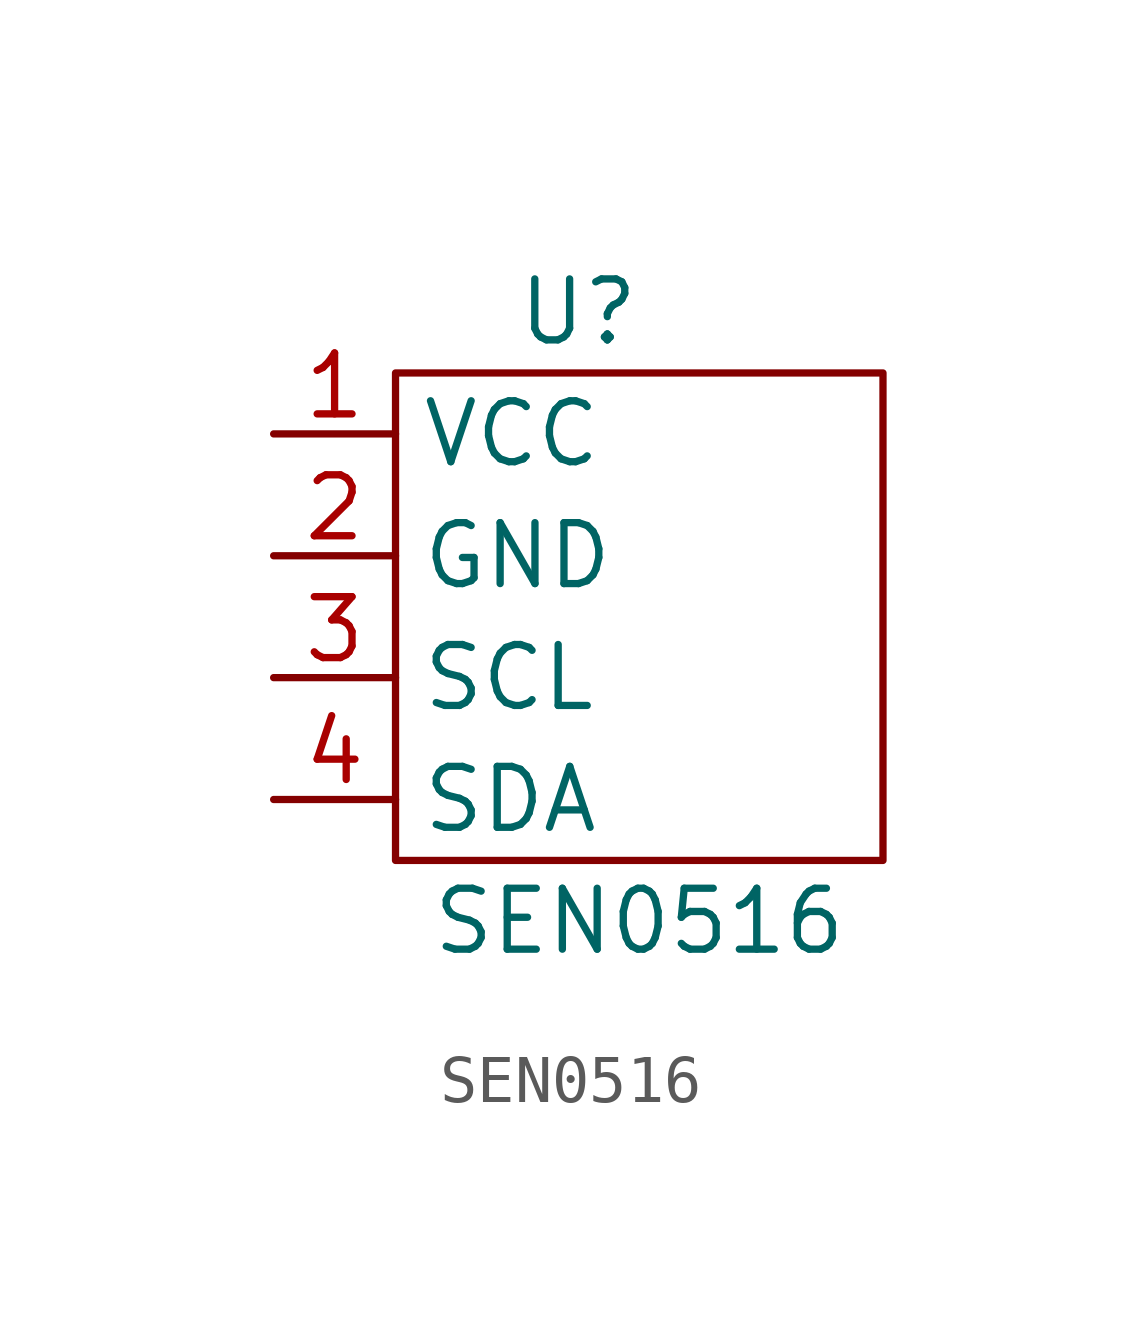
<source format=kicad_sym>
(kicad_symbol_lib
  (version 20201005)
  (generator kicad_symbol_editor)
  (symbol "SEN0516:SEN0516"
    (property "Reference" "U"
      (at 3.81 11.43 0)
      (effects (font (size 1.27 1.27))))
    (property "Value" "SEN0516"
      (at 5.08 -1.27 0)
      (effects (font (size 1.27 1.27))))
    (symbol "SEN0516_0_1"
      (rectangle (start 0 10.16) (end 10.16 0) (stroke (width 0.152)) (fill (type none))))
    (symbol "SEN0516_1_1"
      (pin input line (at -2.54 8.89 0) (length 2.54) (name "VCC" (effects (font (size 1.27 1.27)))) (number "1" (effects (font (size 1.27 1.27)))))
      (pin input line (at -2.54 6.35 0) (length 2.54) (name "GND" (effects (font (size 1.27 1.27)))) (number "2" (effects (font (size 1.27 1.27)))))
      (pin input line (at -2.54 3.81 0) (length 2.54) (name "SCL" (effects (font (size 1.27 1.27)))) (number "3" (effects (font (size 1.27 1.27)))))
      (pin input line (at -2.54 1.27 0) (length 2.54) (name "SDA" (effects (font (size 1.27 1.27)))) (number "4" (effects (font (size 1.27 1.27))))))))
</source>
